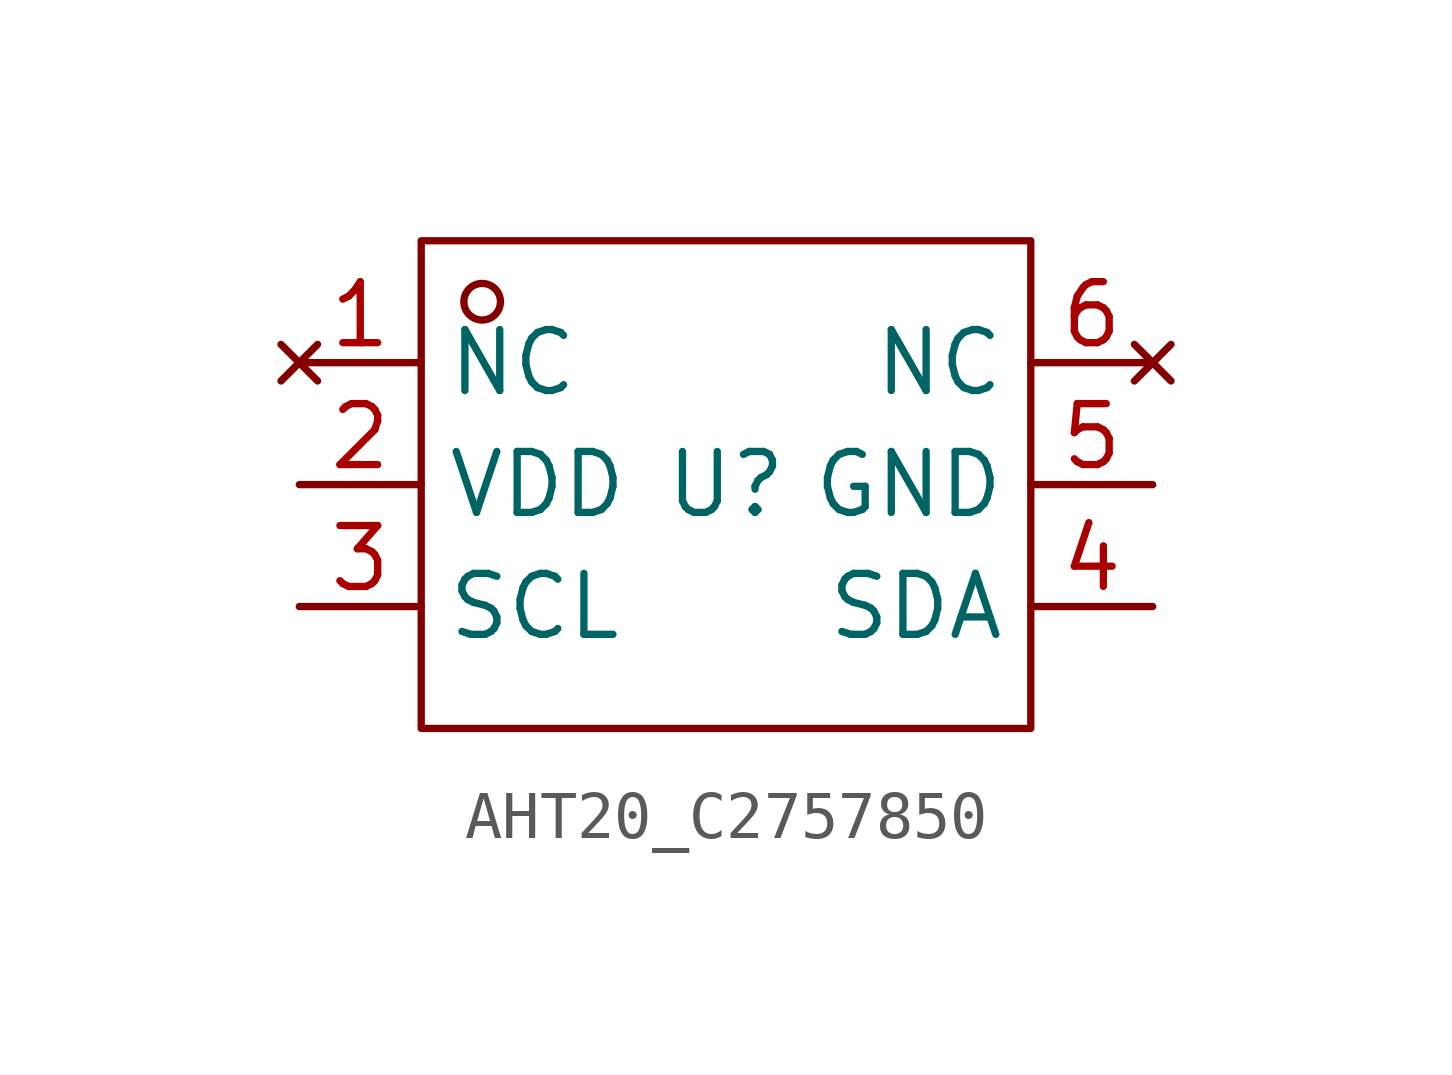
<source format=kicad_sym>
(kicad_symbol_lib
  (version 20241209)
  (generator "kicad_symbol_editor")
  (generator_version "9.0")
  (symbol "AHT20_C2757850"
    (property "Reference" "U"
      (at 0 0 0)
      (effects (font (size 1.27 1.27))))
    (property "Value" ""
      (at 0 0 0)
      (effects (font (size 1.27 1.27))))
    (symbol "AHT20_C2757850_1_0"
      (rectangle (start -6.35 -5.08) (end 6.35 5.08) (stroke (width 0) (type default)) (fill (type none)))
      (circle (center -5.08 3.81) (radius 0.381) (stroke (width 0) (type default)) (fill (type none)))
      (pin no_connect line (at -8.89 2.54 0) (length 2.54) (name "NC" (effects (font (size 1.27 1.27)))) (number "1" (effects (font (size 1.27 1.27)))))
      (pin power_in line (at -8.89 0 0) (length 2.54) (name "VDD" (effects (font (size 1.27 1.27)))) (number "2" (effects (font (size 1.27 1.27)))))
      (pin input line (at -8.89 -2.54 0) (length 2.54) (name "SCL" (effects (font (size 1.27 1.27)))) (number "3" (effects (font (size 1.27 1.27)))))
      (pin no_connect line (at 8.89 2.54 180) (length 2.54) (name "NC" (effects (font (size 1.27 1.27)))) (number "6" (effects (font (size 1.27 1.27)))))
      (pin power_in line (at 8.89 0 180) (length 2.54) (name "GND" (effects (font (size 1.27 1.27)))) (number "5" (effects (font (size 1.27 1.27)))))
      (pin tri_state line (at 8.89 -2.54 180) (length 2.54) (name "SDA" (effects (font (size 1.27 1.27)))) (number "4" (effects (font (size 1.27 1.27))))))))
</source>
